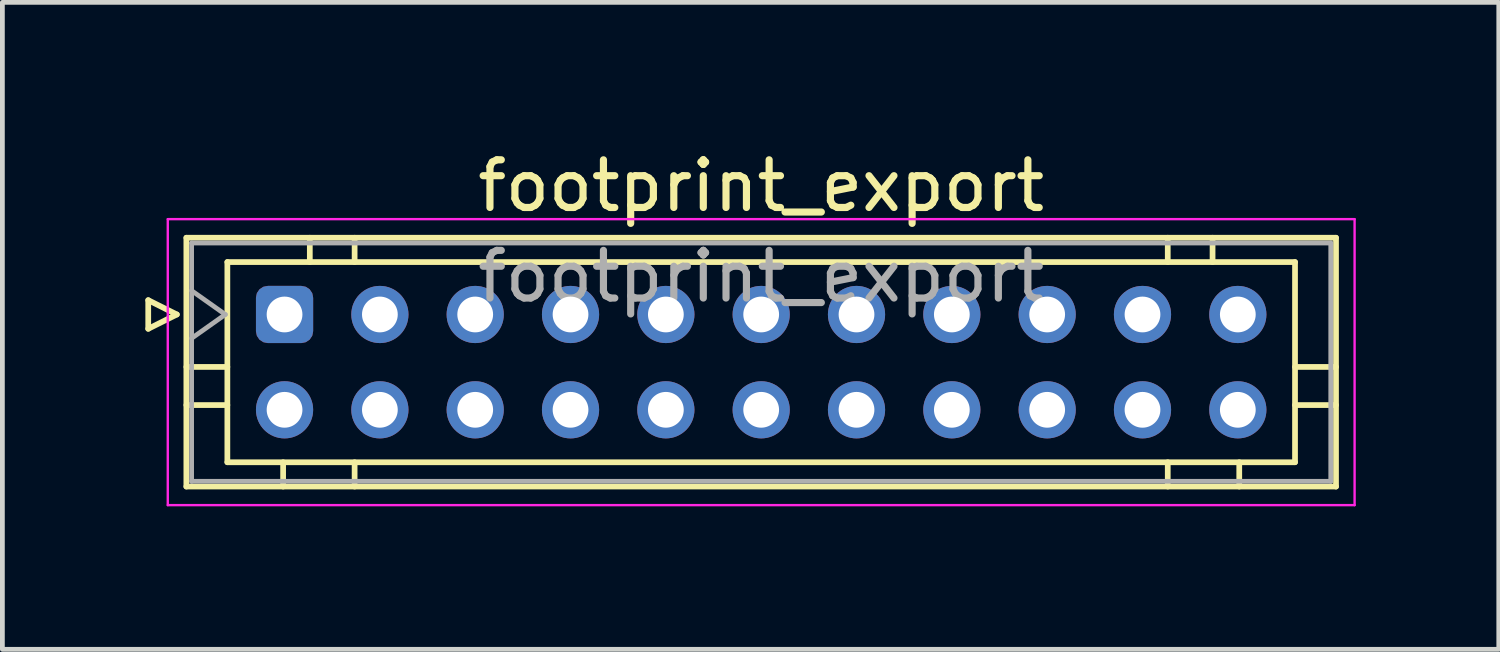
<source format=kicad_pcb>
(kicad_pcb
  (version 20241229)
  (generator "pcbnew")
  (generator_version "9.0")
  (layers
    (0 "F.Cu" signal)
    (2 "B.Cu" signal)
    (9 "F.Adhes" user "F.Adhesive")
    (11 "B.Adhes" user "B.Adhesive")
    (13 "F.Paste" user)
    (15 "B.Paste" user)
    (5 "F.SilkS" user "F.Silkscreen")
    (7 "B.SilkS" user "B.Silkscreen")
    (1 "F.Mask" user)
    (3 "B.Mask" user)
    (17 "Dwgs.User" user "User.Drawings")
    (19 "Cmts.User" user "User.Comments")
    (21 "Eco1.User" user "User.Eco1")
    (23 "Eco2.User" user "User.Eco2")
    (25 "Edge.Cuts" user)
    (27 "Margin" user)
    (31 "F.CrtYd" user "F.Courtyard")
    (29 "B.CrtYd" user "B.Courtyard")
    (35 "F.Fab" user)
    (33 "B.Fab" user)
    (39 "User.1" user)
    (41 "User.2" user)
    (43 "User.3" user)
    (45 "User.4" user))
  (footprint "footprint_export"
    (layer "F.Cu")
    (at 2.92 3.548)
    (property "Reference" "footprint_export" (at 10 -2.7 0) (layer "F.SilkS") (effects (font (size 1 1) (thickness 0.15))))
    (attr through_hole)
    (fp_line (start -2.86 -0.3) (end -2.26 0) (stroke (width 0.12) (type solid)) (layer "F.SilkS"))
    (fp_line (start -2.86 0.3) (end -2.86 -0.3) (stroke (width 0.12) (type solid)) (layer "F.SilkS"))
    (fp_line (start -2.26 0) (end -2.86 0.3) (stroke (width 0.12) (type solid)) (layer "F.SilkS"))
    (fp_line (start -2.06 -1.61) (end -2.06 3.61) (stroke (width 0.12) (type solid)) (layer "F.SilkS"))
    (fp_line (start -2.06 1.1) (end -1.2 1.1) (stroke (width 0.12) (type solid)) (layer "F.SilkS"))
    (fp_line (start -2.06 1.9) (end -1.2 1.9) (stroke (width 0.12) (type solid)) (layer "F.SilkS"))
    (fp_line (start -2.06 3.61) (end 22.06 3.61) (stroke (width 0.12) (type solid)) (layer "F.SilkS"))
    (fp_line (start -1.2 -1.1) (end -1.2 3.1) (stroke (width 0.12) (type solid)) (layer "F.SilkS"))
    (fp_line (start -1.2 3.1) (end 21.2 3.1) (stroke (width 0.12) (type solid)) (layer "F.SilkS"))
    (fp_line (start -0.03 3.61) (end -0.03 3.1) (stroke (width 0.12) (type solid)) (layer "F.SilkS"))
    (fp_line (start 0.53 -1.61) (end 0.53 -1.1) (stroke (width 0.12) (type solid)) (layer "F.SilkS"))
    (fp_line (start 1.47 -1.61) (end 1.47 -1.1) (stroke (width 0.12) (type solid)) (layer "F.SilkS"))
    (fp_line (start 1.47 3.61) (end 1.47 3.1) (stroke (width 0.12) (type solid)) (layer "F.SilkS"))
    (fp_line (start 18.53 -1.61) (end 18.53 -1.1) (stroke (width 0.12) (type solid)) (layer "F.SilkS"))
    (fp_line (start 18.53 3.61) (end 18.53 3.1) (stroke (width 0.12) (type solid)) (layer "F.SilkS"))
    (fp_line (start 19.47 -1.61) (end 19.47 -1.1) (stroke (width 0.12) (type solid)) (layer "F.SilkS"))
    (fp_line (start 20.03 3.61) (end 20.03 3.1) (stroke (width 0.12) (type solid)) (layer "F.SilkS"))
    (fp_line (start 21.2 -1.1) (end -1.2 -1.1) (stroke (width 0.12) (type solid)) (layer "F.SilkS"))
    (fp_line (start 21.2 3.1) (end 21.2 -1.1) (stroke (width 0.12) (type solid)) (layer "F.SilkS"))
    (fp_line (start 22.06 -1.61) (end -2.06 -1.61) (stroke (width 0.12) (type solid)) (layer "F.SilkS"))
    (fp_line (start 22.06 1.1) (end 21.2 1.1) (stroke (width 0.12) (type solid)) (layer "F.SilkS"))
    (fp_line (start 22.06 1.9) (end 21.2 1.9) (stroke (width 0.12) (type solid)) (layer "F.SilkS"))
    (fp_line (start 22.06 3.61) (end 22.06 -1.61) (stroke (width 0.12) (type solid)) (layer "F.SilkS"))
    (fp_line (start -2.45 -2) (end -2.45 4) (stroke (width 0.05) (type solid)) (layer "F.CrtYd"))
    (fp_line (start -2.45 4) (end 22.45 4) (stroke (width 0.05) (type solid)) (layer "F.CrtYd"))
    (fp_line (start 22.45 -2) (end -2.45 -2) (stroke (width 0.05) (type solid)) (layer "F.CrtYd"))
    (fp_line (start 22.45 4) (end 22.45 -2) (stroke (width 0.05) (type solid)) (layer "F.CrtYd"))
    (fp_line (start -1.95 -1.5) (end -1.95 3.5) (stroke (width 0.1) (type solid)) (layer "F.Fab"))
    (fp_line (start -1.95 0.5) (end -1.243 0) (stroke (width 0.1) (type solid)) (layer "F.Fab"))
    (fp_line (start -1.95 3.5) (end 21.95 3.5) (stroke (width 0.1) (type solid)) (layer "F.Fab"))
    (fp_line (start -1.243 0) (end -1.95 -0.5) (stroke (width 0.1) (type solid)) (layer "F.Fab"))
    (fp_line (start 21.95 -1.5) (end -1.95 -1.5) (stroke (width 0.1) (type solid)) (layer "F.Fab"))
    (fp_line (start 21.95 3.5) (end 21.95 -1.5) (stroke (width 0.1) (type solid)) (layer "F.Fab"))
    (fp_text user "${REFERENCE}" (at 10 -0.8 0) (layer "F.Fab") (effects (font (size 1 1) (thickness 0.15))))
    (pad "1" thru_hole roundrect (at 0 0) (size 1.2 1.2) (drill 0.75) (layers "*.Cu" "*.Mask") (roundrect_rratio 0.208))
    (pad "2" thru_hole circle (at 0 2) (size 1.2 1.2) (drill 0.75) (layers "*.Cu" "*.Mask"))
    (pad "3" thru_hole circle (at 2 0) (size 1.2 1.2) (drill 0.75) (layers "*.Cu" "*.Mask"))
    (pad "4" thru_hole circle (at 2 2) (size 1.2 1.2) (drill 0.75) (layers "*.Cu" "*.Mask"))
    (pad "5" thru_hole circle (at 4 0) (size 1.2 1.2) (drill 0.75) (layers "*.Cu" "*.Mask"))
    (pad "6" thru_hole circle (at 4 2) (size 1.2 1.2) (drill 0.75) (layers "*.Cu" "*.Mask"))
    (pad "7" thru_hole circle (at 6 0) (size 1.2 1.2) (drill 0.75) (layers "*.Cu" "*.Mask"))
    (pad "8" thru_hole circle (at 6 2) (size 1.2 1.2) (drill 0.75) (layers "*.Cu" "*.Mask"))
    (pad "9" thru_hole circle (at 8 0) (size 1.2 1.2) (drill 0.75) (layers "*.Cu" "*.Mask"))
    (pad "10" thru_hole circle (at 8 2) (size 1.2 1.2) (drill 0.75) (layers "*.Cu" "*.Mask"))
    (pad "11" thru_hole circle (at 10 0) (size 1.2 1.2) (drill 0.75) (layers "*.Cu" "*.Mask"))
    (pad "12" thru_hole circle (at 10 2) (size 1.2 1.2) (drill 0.75) (layers "*.Cu" "*.Mask"))
    (pad "13" thru_hole circle (at 12 0) (size 1.2 1.2) (drill 0.75) (layers "*.Cu" "*.Mask"))
    (pad "14" thru_hole circle (at 12 2) (size 1.2 1.2) (drill 0.75) (layers "*.Cu" "*.Mask"))
    (pad "15" thru_hole circle (at 14 0) (size 1.2 1.2) (drill 0.75) (layers "*.Cu" "*.Mask"))
    (pad "16" thru_hole circle (at 14 2) (size 1.2 1.2) (drill 0.75) (layers "*.Cu" "*.Mask"))
    (pad "17" thru_hole circle (at 16 0) (size 1.2 1.2) (drill 0.75) (layers "*.Cu" "*.Mask"))
    (pad "18" thru_hole circle (at 16 2) (size 1.2 1.2) (drill 0.75) (layers "*.Cu" "*.Mask"))
    (pad "19" thru_hole circle (at 18 0) (size 1.2 1.2) (drill 0.75) (layers "*.Cu" "*.Mask"))
    (pad "20" thru_hole circle (at 18 2) (size 1.2 1.2) (drill 0.75) (layers "*.Cu" "*.Mask"))
    (pad "21" thru_hole circle (at 20 0) (size 1.2 1.2) (drill 0.75) (layers "*.Cu" "*.Mask"))
    (pad "22" thru_hole circle (at 20 2) (size 1.2 1.2) (drill 0.75) (layers "*.Cu" "*.Mask")))
  (gr_rect
    (start -3 -3)
    (end 28.395 10.573)
    (stroke (width 0.1) (type default))
    (fill no)
    (layer "Edge.Cuts")))
</source>
